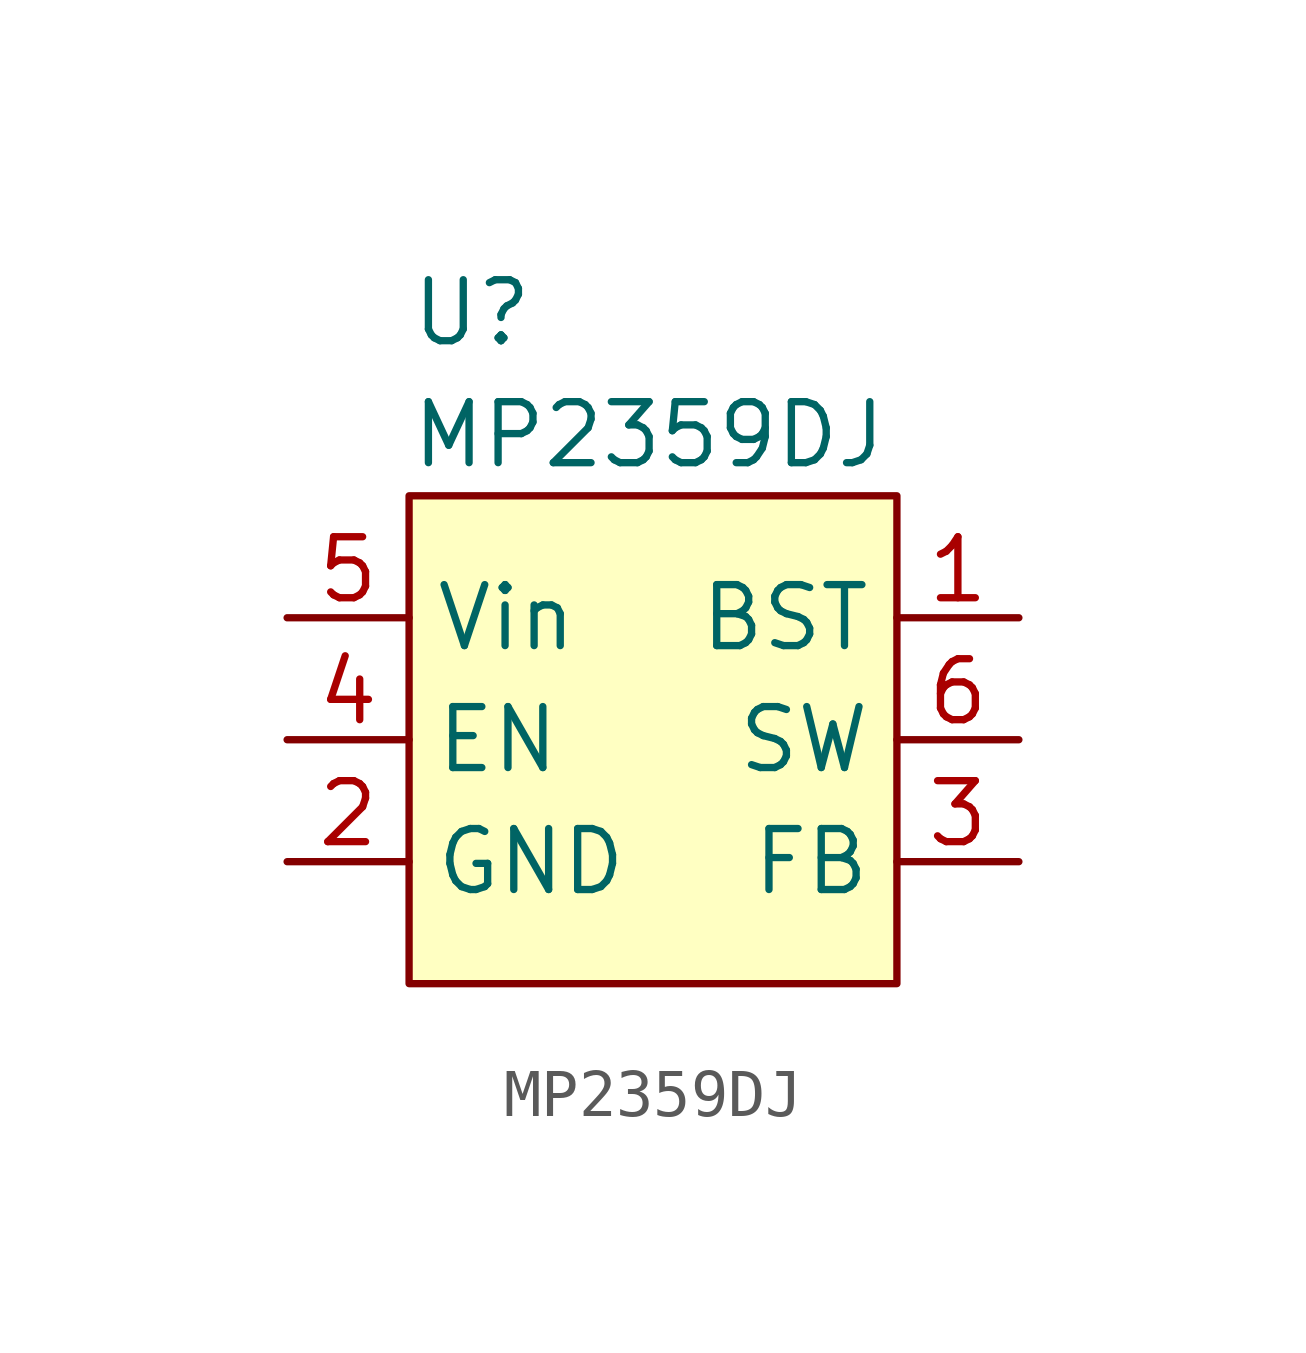
<source format=kicad_sym>
(kicad_symbol_lib
  (version 20211014)
  (generator kicad_symbol_editor)
  (symbol "MP2359DJ"
    (property "Reference" "U"
      (at -5.08 8.89 0)
      (effects (font (size 1.27 1.27)) (justify left)))
    (property "Value" "MP2359DJ"
      (at -5.08 6.35 0)
      (effects (font (size 1.27 1.27)) (justify left)))
    (symbol "MP2359DJ_0_1"
      (rectangle (start -5.08 5.08) (end 5.08 -5.08) (stroke (width 0) (type default) (color 0 0 0 0)) (fill (type background))))
    (symbol "MP2359DJ_1_1"
      (pin input line (at 7.62 2.54 180) (length 2.54) (name "BST" (effects (font (size 1.27 1.27)))) (number "1" (effects (font (size 1.27 1.27)))))
      (pin input line (at -7.62 -2.54 0) (length 2.54) (name "GND" (effects (font (size 1.27 1.27)))) (number "2" (effects (font (size 1.27 1.27)))))
      (pin input line (at 7.62 -2.54 180) (length 2.54) (name "FB" (effects (font (size 1.27 1.27)))) (number "3" (effects (font (size 1.27 1.27)))))
      (pin input line (at -7.62 0 0) (length 2.54) (name "EN" (effects (font (size 1.27 1.27)))) (number "4" (effects (font (size 1.27 1.27)))))
      (pin input line (at -7.62 2.54 0) (length 2.54) (name "Vin" (effects (font (size 1.27 1.27)))) (number "5" (effects (font (size 1.27 1.27)))))
      (pin input line (at 7.62 0 180) (length 2.54) (name "SW" (effects (font (size 1.27 1.27)))) (number "6" (effects (font (size 1.27 1.27))))))))
</source>
